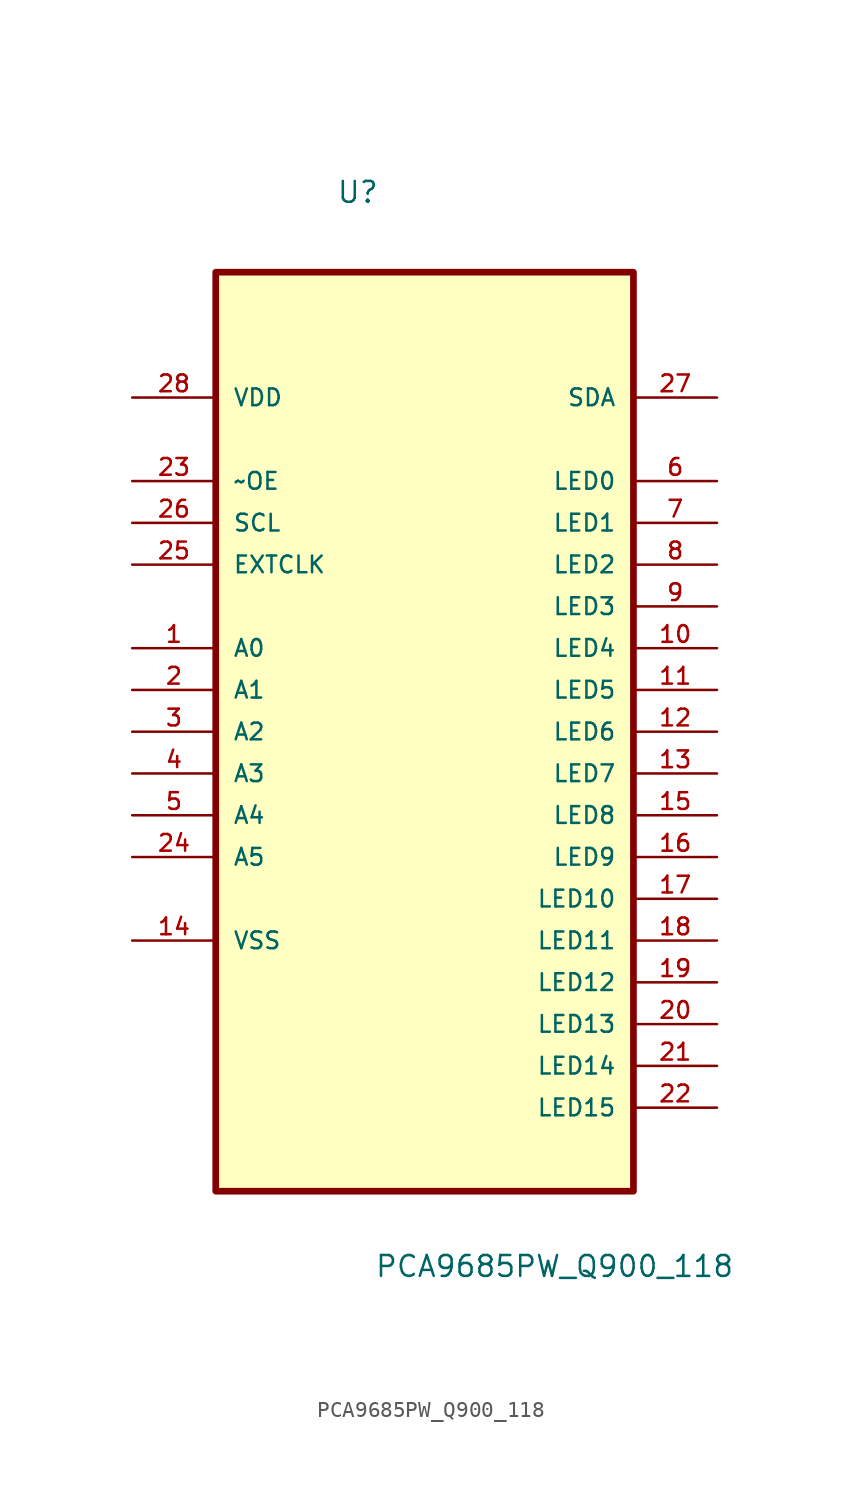
<source format=kicad_sym>
(kicad_symbol_lib
  (version 20211014)
  (generator kicad_symbol_editor)
  (symbol "PCA9685PW_Q900_118"
    (pin_names
      (offset 1.016))
    (property "Reference" "U"
      (at -5.374 29.521 0.0)
      (effects (font (size 1.27 1.27)) (justify bottom left)))
    (property "Value" "PCA9685PW_Q900_118"
      (at -3.053 -35.792 0.0)
      (effects (font (size 1.27 1.27)) (justify bottom left)))
    (symbol "PCA9685PW_Q900_118_0_0"
      (rectangle (start -12.7 -30.48) (end 12.7 25.4) (stroke (width 0.406)) (fill (type background)))
      (pin power_in line (at -17.78 17.78 0) (length 5.08) (name "VDD" (effects (font (size 1.016 1.016)))) (number "28" (effects (font (size 1.016 1.016)))))
      (pin input line (at -17.78 12.7 0) (length 5.08) (name "~OE" (effects (font (size 1.016 1.016)))) (number "23" (effects (font (size 1.016 1.016)))))
      (pin input line (at -17.78 10.16 0) (length 5.08) (name "SCL" (effects (font (size 1.016 1.016)))) (number "26" (effects (font (size 1.016 1.016)))))
      (pin input line (at -17.78 7.62 0) (length 5.08) (name "EXTCLK" (effects (font (size 1.016 1.016)))) (number "25" (effects (font (size 1.016 1.016)))))
      (pin input line (at -17.78 2.54 0) (length 5.08) (name "A0" (effects (font (size 1.016 1.016)))) (number "1" (effects (font (size 1.016 1.016)))))
      (pin input line (at -17.78 0.0 0) (length 5.08) (name "A1" (effects (font (size 1.016 1.016)))) (number "2" (effects (font (size 1.016 1.016)))))
      (pin input line (at -17.78 -2.54 0) (length 5.08) (name "A2" (effects (font (size 1.016 1.016)))) (number "3" (effects (font (size 1.016 1.016)))))
      (pin input line (at -17.78 -5.08 0) (length 5.08) (name "A3" (effects (font (size 1.016 1.016)))) (number "4" (effects (font (size 1.016 1.016)))))
      (pin input line (at -17.78 -7.62 0) (length 5.08) (name "A4" (effects (font (size 1.016 1.016)))) (number "5" (effects (font (size 1.016 1.016)))))
      (pin input line (at -17.78 -10.16 0) (length 5.08) (name "A5" (effects (font (size 1.016 1.016)))) (number "24" (effects (font (size 1.016 1.016)))))
      (pin passive line (at -17.78 -15.24 0) (length 5.08) (name "VSS" (effects (font (size 1.016 1.016)))) (number "14" (effects (font (size 1.016 1.016)))))
      (pin bidirectional line (at 17.78 17.78 180.0) (length 5.08) (name "SDA" (effects (font (size 1.016 1.016)))) (number "27" (effects (font (size 1.016 1.016)))))
      (pin output line (at 17.78 12.7 180.0) (length 5.08) (name "LED0" (effects (font (size 1.016 1.016)))) (number "6" (effects (font (size 1.016 1.016)))))
      (pin output line (at 17.78 10.16 180.0) (length 5.08) (name "LED1" (effects (font (size 1.016 1.016)))) (number "7" (effects (font (size 1.016 1.016)))))
      (pin output line (at 17.78 7.62 180.0) (length 5.08) (name "LED2" (effects (font (size 1.016 1.016)))) (number "8" (effects (font (size 1.016 1.016)))))
      (pin output line (at 17.78 5.08 180.0) (length 5.08) (name "LED3" (effects (font (size 1.016 1.016)))) (number "9" (effects (font (size 1.016 1.016)))))
      (pin output line (at 17.78 2.54 180.0) (length 5.08) (name "LED4" (effects (font (size 1.016 1.016)))) (number "10" (effects (font (size 1.016 1.016)))))
      (pin output line (at 17.78 0.0 180.0) (length 5.08) (name "LED5" (effects (font (size 1.016 1.016)))) (number "11" (effects (font (size 1.016 1.016)))))
      (pin output line (at 17.78 -2.54 180.0) (length 5.08) (name "LED6" (effects (font (size 1.016 1.016)))) (number "12" (effects (font (size 1.016 1.016)))))
      (pin output line (at 17.78 -5.08 180.0) (length 5.08) (name "LED7" (effects (font (size 1.016 1.016)))) (number "13" (effects (font (size 1.016 1.016)))))
      (pin output line (at 17.78 -7.62 180.0) (length 5.08) (name "LED8" (effects (font (size 1.016 1.016)))) (number "15" (effects (font (size 1.016 1.016)))))
      (pin output line (at 17.78 -10.16 180.0) (length 5.08) (name "LED9" (effects (font (size 1.016 1.016)))) (number "16" (effects (font (size 1.016 1.016)))))
      (pin output line (at 17.78 -12.7 180.0) (length 5.08) (name "LED10" (effects (font (size 1.016 1.016)))) (number "17" (effects (font (size 1.016 1.016)))))
      (pin output line (at 17.78 -15.24 180.0) (length 5.08) (name "LED11" (effects (font (size 1.016 1.016)))) (number "18" (effects (font (size 1.016 1.016)))))
      (pin output line (at 17.78 -17.78 180.0) (length 5.08) (name "LED12" (effects (font (size 1.016 1.016)))) (number "19" (effects (font (size 1.016 1.016)))))
      (pin output line (at 17.78 -20.32 180.0) (length 5.08) (name "LED13" (effects (font (size 1.016 1.016)))) (number "20" (effects (font (size 1.016 1.016)))))
      (pin output line (at 17.78 -22.86 180.0) (length 5.08) (name "LED14" (effects (font (size 1.016 1.016)))) (number "21" (effects (font (size 1.016 1.016)))))
      (pin output line (at 17.78 -25.4 180.0) (length 5.08) (name "LED15" (effects (font (size 1.016 1.016)))) (number "22" (effects (font (size 1.016 1.016))))))))
</source>
